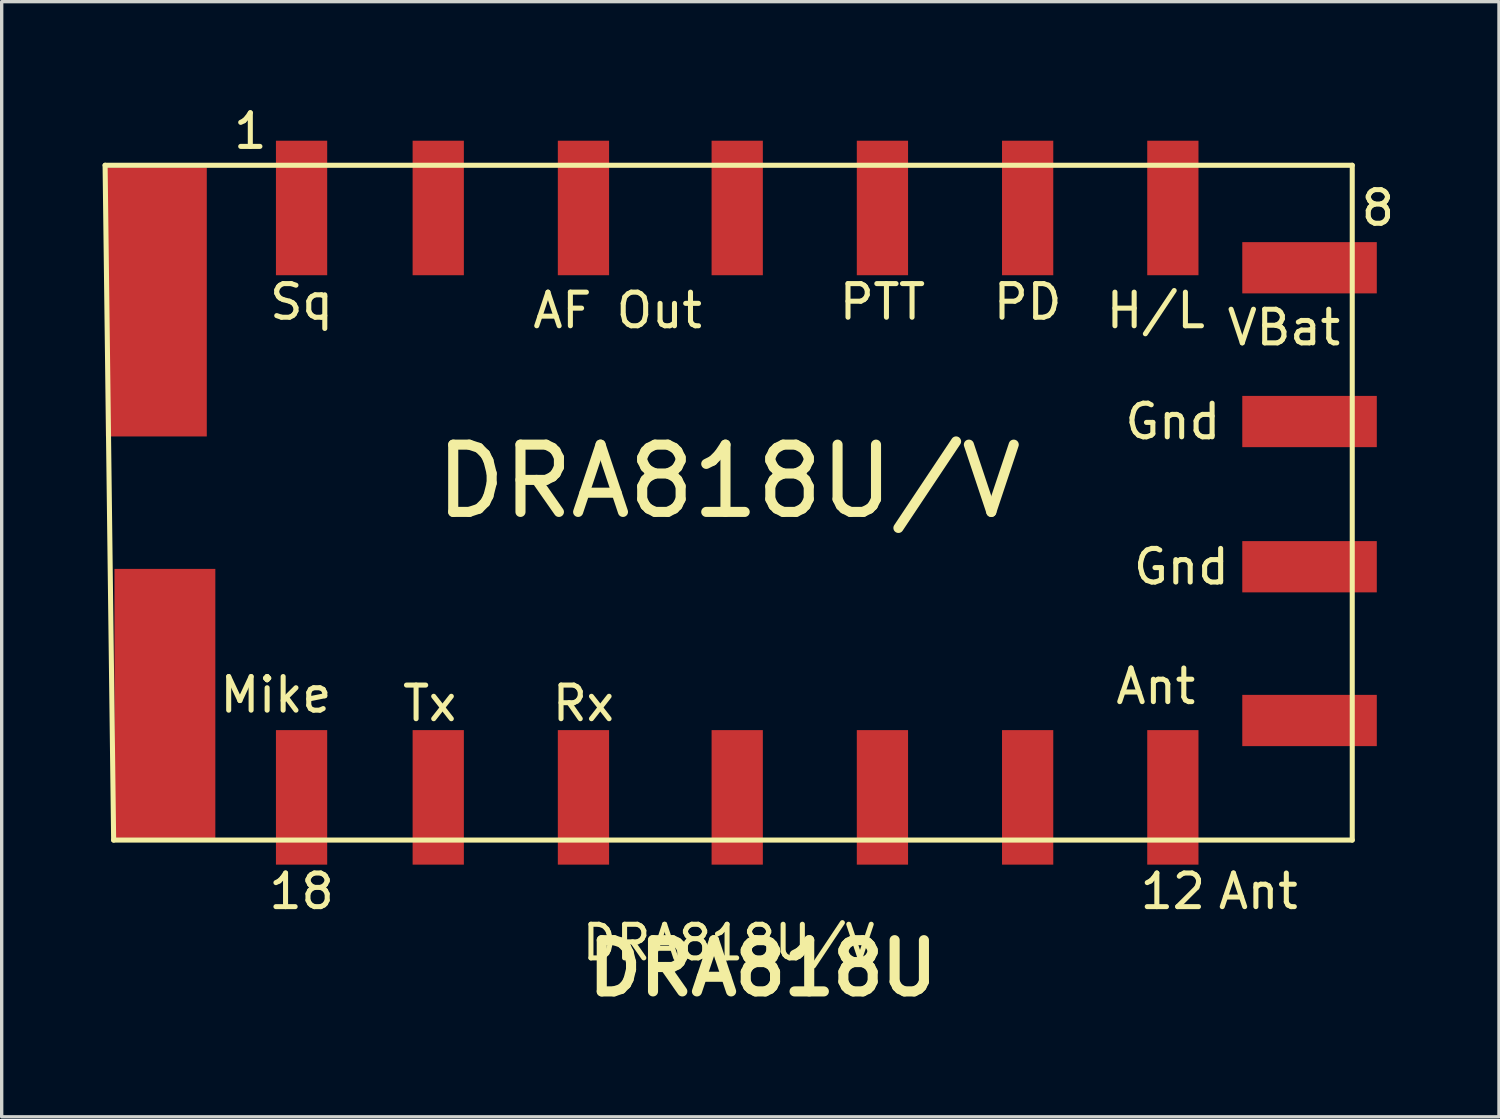
<source format=kicad_pcb>
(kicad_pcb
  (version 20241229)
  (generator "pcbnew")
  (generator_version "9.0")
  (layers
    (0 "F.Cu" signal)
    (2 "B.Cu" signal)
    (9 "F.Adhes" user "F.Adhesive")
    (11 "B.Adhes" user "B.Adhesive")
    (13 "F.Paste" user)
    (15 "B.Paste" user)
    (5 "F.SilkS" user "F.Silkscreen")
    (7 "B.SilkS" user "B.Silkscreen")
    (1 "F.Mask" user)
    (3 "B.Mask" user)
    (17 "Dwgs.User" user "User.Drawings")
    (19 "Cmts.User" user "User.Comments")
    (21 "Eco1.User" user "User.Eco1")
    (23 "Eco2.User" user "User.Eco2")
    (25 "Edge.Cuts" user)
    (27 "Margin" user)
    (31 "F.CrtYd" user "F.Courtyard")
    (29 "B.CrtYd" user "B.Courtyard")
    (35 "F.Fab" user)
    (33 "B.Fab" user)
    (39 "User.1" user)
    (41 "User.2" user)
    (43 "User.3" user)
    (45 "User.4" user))
  (footprint "DRA818U"
    (layer "F.Cu")
    (at 18.617 11.77)
    (property "Reference" "DRA818U" (at 1.016 13.97 0) (layer "F.SilkS") (effects (font (size 1.524 1.524) (thickness 0.3))))
    (attr through_hole)
    (fp_line (start -18.542 -9.906) (end 18.542 -9.906) (stroke (width 0.15) (type solid)) (layer "F.SilkS"))
    (fp_line (start -18.288 10.16) (end -18.542 -9.906) (stroke (width 0.15) (type solid)) (layer "F.SilkS"))
    (fp_line (start 18.542 -9.906) (end 18.542 10.16) (stroke (width 0.15) (type solid)) (layer "F.SilkS"))
    (fp_line (start 18.542 10.16) (end -18.288 10.16) (stroke (width 0.15) (type solid)) (layer "F.SilkS"))
    (fp_text user "PTT" (at 4.572 -5.842 0) (layer "F.SilkS") (effects (font (size 1 1) (thickness 0.15))))
    (fp_text user "DRA818U/V" (at 0 13.208 0) (layer "F.SilkS") (effects (font (size 1 1) (thickness 0.15))))
    (fp_text user "Sq" (at -12.7 -5.842 0) (layer "F.SilkS") (effects (font (size 1 1) (thickness 0.15))))
    (fp_text user "Tx" (at -8.89 6.096 0) (layer "F.SilkS") (effects (font (size 1 1) (thickness 0.15))))
    (fp_text user "Mike" (at -13.462 5.842 0) (layer "F.SilkS") (effects (font (size 1 1) (thickness 0.15))))
    (fp_text user "Gnd" (at 13.208 -2.286 0) (layer "F.SilkS") (effects (font (size 1 1) (thickness 0.15))))
    (fp_text user "Rx" (at -4.318 6.096 0) (layer "F.SilkS") (effects (font (size 1 1) (thickness 0.15))))
    (fp_text user "Gnd" (at 13.462 2.032 0) (layer "F.SilkS") (effects (font (size 1 1) (thickness 0.15))))
    (fp_text user "PD" (at 8.89 -5.842 0) (layer "F.SilkS") (effects (font (size 1 1) (thickness 0.15))))
    (fp_text user "Ant" (at 15.748 11.684 0) (layer "F.SilkS") (effects (font (size 1 1) (thickness 0.15))))
    (fp_text user "AF Out" (at -3.302 -5.588 0) (layer "F.SilkS") (effects (font (size 1 1) (thickness 0.15))))
    (fp_text user "1" (at -14.224 -10.922 0) (layer "F.SilkS") (effects (font (size 1 1) (thickness 0.15))))
    (fp_text user "VBat" (at 16.51 -5.08 0) (layer "F.SilkS") (effects (font (size 1 1) (thickness 0.15))))
    (fp_text user "12" (at 13.208 11.684 0) (layer "F.SilkS") (effects (font (size 1 1) (thickness 0.15))))
    (fp_text user "DRA818U/V" (at 0 -0.508 0) (layer "F.SilkS") (effects (font (size 2 2) (thickness 0.3))))
    (fp_text user "8" (at 19.304 -8.636 0) (layer "F.SilkS") (effects (font (size 1 1) (thickness 0.15))))
    (fp_text user "18" (at -12.7 11.684 0) (layer "F.SilkS") (effects (font (size 1 1) (thickness 0.15))))
    (fp_text user "Ant" (at 12.7 5.588 0) (layer "F.SilkS") (effects (font (size 1 1) (thickness 0.15))))
    (fp_text user "H/L" (at 12.7 -5.588 0) (layer "F.SilkS") (effects (font (size 1 1) (thickness 0.15))))
    (pad "" smd rect (at -17.018 -5.842) (size 3 8) (layers "F.Cu" "F.Mask" "F.Paste"))
    (pad "" smd rect (at -16.764 6.096) (size 3 8) (layers "F.Cu" "F.Mask" "F.Paste"))
    (pad "1" smd rect (at -12.7 -8.636) (size 1.524 4) (layers "F.Cu" "F.Mask" "F.Paste"))
    (pad "2" smd rect (at -8.636 -8.636) (size 1.524 4) (layers "F.Cu" "F.Mask" "F.Paste"))
    (pad "3" smd rect (at -4.318 -8.636) (size 1.524 4) (layers "F.Cu" "F.Mask" "F.Paste"))
    (pad "4" smd rect (at 0.254 -8.636) (size 1.524 4) (layers "F.Cu" "F.Mask" "F.Paste"))
    (pad "5" smd rect (at 4.572 -8.636) (size 1.524 4) (layers "F.Cu" "F.Mask" "F.Paste"))
    (pad "6" smd rect (at 8.89 -8.636) (size 1.524 4) (layers "F.Cu" "F.Mask" "F.Paste"))
    (pad "7" smd rect (at 13.208 -8.636) (size 1.524 4) (layers "F.Cu" "F.Mask" "F.Paste"))
    (pad "8" smd rect (at 17.272 -6.858) (size 4 1.524) (layers "F.Cu" "F.Mask" "F.Paste"))
    (pad "9" smd rect (at 17.272 -2.286) (size 4 1.524) (layers "F.Cu" "F.Mask" "F.Paste"))
    (pad "10" smd rect (at 17.272 2.032) (size 4 1.524) (layers "F.Cu" "F.Mask" "F.Paste"))
    (pad "11" smd rect (at 17.272 6.604) (size 4 1.524) (layers "F.Cu" "F.Mask" "F.Paste"))
    (pad "12" smd rect (at 13.208 8.89) (size 1.524 4) (layers "F.Cu" "F.Mask" "F.Paste"))
    (pad "13" smd rect (at 8.89 8.89) (size 1.524 4) (layers "F.Cu" "F.Mask" "F.Paste"))
    (pad "14" smd rect (at 4.572 8.89) (size 1.524 4) (layers "F.Cu" "F.Mask" "F.Paste"))
    (pad "15" smd rect (at 0.254 8.89) (size 1.524 4) (layers "F.Cu" "F.Mask" "F.Paste"))
    (pad "16" smd rect (at -4.318 8.89) (size 1.524 4) (layers "F.Cu" "F.Mask" "F.Paste"))
    (pad "17" smd rect (at -8.636 8.89) (size 1.524 4) (layers "F.Cu" "F.Mask" "F.Paste"))
    (pad "18" smd rect (at -12.7 8.89) (size 1.524 4) (layers "F.Cu" "F.Mask" "F.Paste")))
  (gr_rect
    (start -3 -3)
    (end 41.522 30.158)
    (stroke (width 0.1) (type default))
    (fill no)
    (layer "Edge.Cuts")))
</source>
